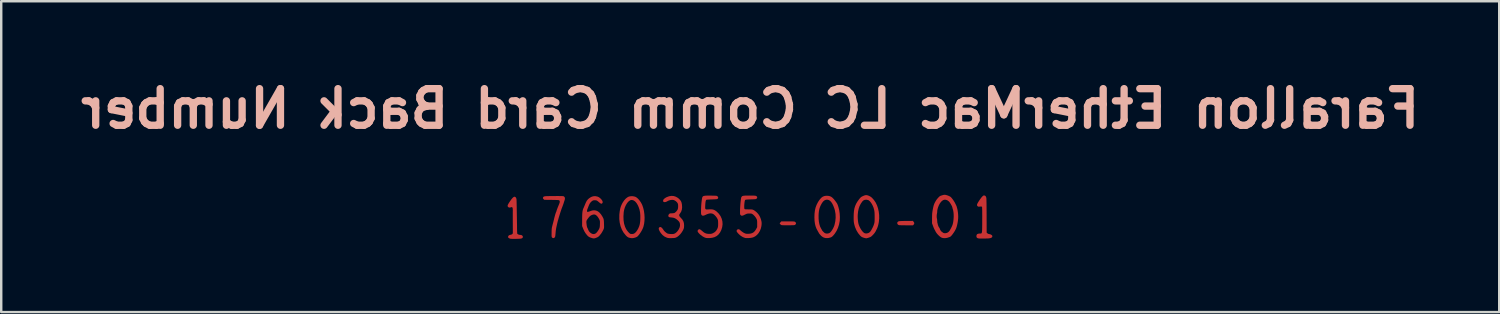
<source format=kicad_pcb>
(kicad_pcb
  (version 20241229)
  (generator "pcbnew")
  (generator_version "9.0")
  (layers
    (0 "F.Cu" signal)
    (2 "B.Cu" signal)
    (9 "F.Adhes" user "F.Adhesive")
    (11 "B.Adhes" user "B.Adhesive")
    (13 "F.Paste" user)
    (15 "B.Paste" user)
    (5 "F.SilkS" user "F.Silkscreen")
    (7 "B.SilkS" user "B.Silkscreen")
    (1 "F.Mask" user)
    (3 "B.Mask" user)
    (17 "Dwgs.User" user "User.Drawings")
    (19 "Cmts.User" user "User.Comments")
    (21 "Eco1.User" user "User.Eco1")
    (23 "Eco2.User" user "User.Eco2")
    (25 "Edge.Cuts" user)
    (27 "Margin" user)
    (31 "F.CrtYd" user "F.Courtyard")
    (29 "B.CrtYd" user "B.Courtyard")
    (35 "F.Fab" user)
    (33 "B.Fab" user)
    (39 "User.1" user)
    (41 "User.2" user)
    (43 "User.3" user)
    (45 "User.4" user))
  (footprint "Farallon EtherMac LC Comm Card Back Number"
    (layer "F.Cu")
    (at 27.693 5.804)
    (property "Reference" "Farallon EtherMac LC Comm Card Back Number" (at 0 -4.4 0) (layer "B.SilkS") (effects (font (size 1.5 1.5) (thickness 0.3)) (justify mirror)))
    (attr board_only exclude_from_pos_files exclude_from_bom)
    (fp_poly (pts (xy 6.695 0.235) (xy 6.719 0.272) (xy 6.722 0.306) (xy 6.705 0.34) (xy 6.696 0.35) (xy 6.668 0.381) (xy 6.398 0.379) (xy 6.321 0.378) (xy 6.251 0.377) (xy 6.19 0.376) (xy 6.142 0.375) (xy 6.11 0.373) (xy 6.101 0.373) (xy 6.063 0.357) (xy 6.037 0.33) (xy 6.024 0.296) (xy 6.029 0.262) (xy 6.046 0.237) (xy 6.058 0.227) (xy 6.073 0.219) (xy 6.093 0.213) (xy 6.12 0.208) (xy 6.158 0.205) (xy 6.21 0.203) (xy 6.277 0.201) (xy 6.363 0.2) (xy 6.402 0.2) (xy 6.665 0.198)) (stroke (width 0) (type solid)) (fill yes) (layer "F.Cu"))
    (fp_poly (pts (xy 1.628 0.218) (xy 1.693 0.219) (xy 1.742 0.22) (xy 1.777 0.222) (xy 1.802 0.224) (xy 1.819 0.229) (xy 1.832 0.234) (xy 1.843 0.242) (xy 1.843 0.242) (xy 1.871 0.272) (xy 1.877 0.305) (xy 1.861 0.338) (xy 1.852 0.347) (xy 1.842 0.356) (xy 1.832 0.363) (xy 1.818 0.368) (xy 1.798 0.371) (xy 1.768 0.374) (xy 1.725 0.375) (xy 1.667 0.376) (xy 1.59 0.377) (xy 1.569 0.377) (xy 1.495 0.377) (xy 1.427 0.377) (xy 1.369 0.376) (xy 1.324 0.375) (xy 1.297 0.374) (xy 1.291 0.373) (xy 1.267 0.363) (xy 1.241 0.343) (xy 1.219 0.322) (xy 1.209 0.304) (xy 1.209 0.303) (xy 1.216 0.288) (xy 1.233 0.265) (xy 1.242 0.255) (xy 1.274 0.218) (xy 1.543 0.218)) (stroke (width 0) (type solid)) (fill yes) (layer "F.Cu"))
    (fp_poly (pts (xy 9.629 -0.832) (xy 9.658 -0.799) (xy 9.675 -0.75) (xy 9.676 -0.741) (xy 9.678 -0.715) (xy 9.68 -0.673) (xy 9.681 -0.615) (xy 9.683 -0.539) (xy 9.684 -0.445) (xy 9.685 -0.332) (xy 9.686 -0.199) (xy 9.687 -0.046) (xy 9.687 0.128) (xy 9.688 0.247) (xy 9.689 0.679) (xy 9.722 0.709) (xy 9.756 0.73) (xy 9.789 0.738) (xy 9.83 0.745) (xy 9.87 0.762) (xy 9.903 0.785) (xy 9.921 0.811) (xy 9.922 0.815) (xy 9.919 0.851) (xy 9.896 0.88) (xy 9.851 0.901) (xy 9.786 0.914) (xy 9.717 0.918) (xy 9.606 0.921) (xy 9.517 0.922) (xy 9.447 0.922) (xy 9.395 0.92) (xy 9.362 0.917) (xy 9.313 0.904) (xy 9.283 0.88) (xy 9.27 0.842) (xy 9.269 0.824) (xy 9.276 0.776) (xy 9.299 0.743) (xy 9.338 0.724) (xy 9.395 0.717) (xy 9.404 0.716) (xy 9.427 0.717) (xy 9.446 0.717) (xy 9.461 0.714) (xy 9.474 0.708) (xy 9.484 0.695) (xy 9.491 0.675) (xy 9.497 0.645) (xy 9.501 0.604) (xy 9.504 0.549) (xy 9.505 0.48) (xy 9.506 0.393) (xy 9.507 0.289) (xy 9.507 0.163) (xy 9.507 0.153) (xy 9.508 0.011) (xy 9.507 -0.109) (xy 9.507 -0.206) (xy 9.505 -0.282) (xy 9.503 -0.336) (xy 9.501 -0.369) (xy 9.498 -0.38) (xy 9.475 -0.39) (xy 9.434 -0.391) (xy 9.388 -0.386) (xy 9.354 -0.385) (xy 9.33 -0.394) (xy 9.318 -0.405) (xy 9.3 -0.425) (xy 9.293 -0.448) (xy 9.296 -0.476) (xy 9.31 -0.512) (xy 9.336 -0.56) (xy 9.375 -0.621) (xy 9.43 -0.702) (xy 9.476 -0.763) (xy 9.515 -0.807) (xy 9.547 -0.834) (xy 9.575 -0.846) (xy 9.587 -0.846)) (stroke (width 0) (type solid)) (fill yes) (layer "F.Cu"))
    (fp_poly (pts (xy -9.62 -0.778) (xy -9.595 -0.746) (xy -9.579 -0.7) (xy -9.577 -0.678) (xy -9.576 -0.655) (xy -9.574 -0.612) (xy -9.573 -0.551) (xy -9.571 -0.477) (xy -9.569 -0.39) (xy -9.568 -0.294) (xy -9.566 -0.192) (xy -9.564 -0.085) (xy -9.562 0.023) (xy -9.56 0.13) (xy -9.559 0.233) (xy -9.557 0.329) (xy -9.556 0.416) (xy -9.556 0.492) (xy -9.555 0.504) (xy -9.554 0.57) (xy -9.553 0.63) (xy -9.55 0.678) (xy -9.547 0.711) (xy -9.544 0.726) (xy -9.523 0.744) (xy -9.488 0.76) (xy -9.447 0.77) (xy -9.419 0.772) (xy -9.374 0.78) (xy -9.342 0.799) (xy -9.322 0.826) (xy -9.316 0.856) (xy -9.325 0.885) (xy -9.349 0.909) (xy -9.389 0.922) (xy -9.426 0.926) (xy -9.478 0.93) (xy -9.54 0.932) (xy -9.607 0.934) (xy -9.673 0.934) (xy -9.734 0.934) (xy -9.785 0.932) (xy -9.82 0.93) (xy -9.828 0.928) (xy -9.865 0.916) (xy -9.897 0.898) (xy -9.904 0.892) (xy -9.921 0.871) (xy -9.923 0.85) (xy -9.918 0.832) (xy -9.899 0.8) (xy -9.865 0.779) (xy -9.817 0.766) (xy -9.768 0.752) (xy -9.739 0.729) (xy -9.728 0.695) (xy -9.728 0.691) (xy -9.728 0.671) (xy -9.728 0.632) (xy -9.728 0.576) (xy -9.728 0.507) (xy -9.729 0.429) (xy -9.729 0.344) (xy -9.729 0.313) (xy -9.73 0.221) (xy -9.73 0.128) (xy -9.73 0.04) (xy -9.73 -0.038) (xy -9.73 -0.104) (xy -9.73 -0.152) (xy -9.73 -0.157) (xy -9.729 -0.229) (xy -9.731 -0.282) (xy -9.734 -0.319) (xy -9.741 -0.343) (xy -9.751 -0.357) (xy -9.764 -0.364) (xy -9.768 -0.365) (xy -9.795 -0.366) (xy -9.809 -0.36) (xy -9.834 -0.349) (xy -9.868 -0.348) (xy -9.901 -0.358) (xy -9.918 -0.369) (xy -9.934 -0.389) (xy -9.941 -0.41) (xy -9.94 -0.436) (xy -9.928 -0.468) (xy -9.905 -0.511) (xy -9.87 -0.567) (xy -9.833 -0.622) (xy -9.78 -0.695) (xy -9.735 -0.747) (xy -9.696 -0.779) (xy -9.663 -0.793) (xy -9.652 -0.793)) (stroke (width 0) (type solid)) (fill yes) (layer "F.Cu"))
    (fp_poly (pts (xy -4.808 -0.813) (xy -4.732 -0.798) (xy -4.699 -0.786) (xy -4.647 -0.754) (xy -4.592 -0.705) (xy -4.538 -0.642) (xy -4.487 -0.57) (xy -4.444 -0.494) (xy -4.425 -0.453) (xy -4.385 -0.337) (xy -4.355 -0.211) (xy -4.337 -0.078) (xy -4.329 0.058) (xy -4.333 0.19) (xy -4.348 0.316) (xy -4.374 0.431) (xy -4.403 0.509) (xy -4.437 0.58) (xy -4.479 0.652) (xy -4.524 0.721) (xy -4.57 0.781) (xy -4.612 0.827) (xy -4.63 0.843) (xy -4.67 0.865) (xy -4.723 0.885) (xy -4.782 0.9) (xy -4.837 0.906) (xy -4.846 0.906) (xy -4.895 0.902) (xy -4.947 0.891) (xy -4.97 0.884) (xy -5.005 0.87) (xy -5.037 0.849) (xy -5.072 0.819) (xy -5.108 0.781) (xy -5.192 0.675) (xy -5.26 0.555) (xy -5.312 0.421) (xy -5.347 0.277) (xy -5.365 0.123) (xy -5.364 0.014) (xy -5.195 0.014) (xy -5.19 0.17) (xy -5.169 0.311) (xy -5.13 0.437) (xy -5.09 0.524) (xy -5.057 0.577) (xy -5.019 0.628) (xy -4.98 0.672) (xy -4.944 0.707) (xy -4.913 0.727) (xy -4.902 0.731) (xy -4.84 0.736) (xy -4.787 0.727) (xy -4.762 0.718) (xy -4.716 0.687) (xy -4.67 0.638) (xy -4.625 0.574) (xy -4.584 0.5) (xy -4.551 0.419) (xy -4.533 0.364) (xy -4.521 0.306) (xy -4.511 0.238) (xy -4.505 0.157) (xy -4.504 0.112) (xy -4.503 -0.028) (xy -4.514 -0.152) (xy -4.537 -0.264) (xy -4.572 -0.369) (xy -4.609 -0.45) (xy -4.659 -0.534) (xy -4.715 -0.597) (xy -4.774 -0.639) (xy -4.837 -0.658) (xy -4.864 -0.66) (xy -4.914 -0.649) (xy -4.964 -0.618) (xy -5.013 -0.571) (xy -5.059 -0.509) (xy -5.101 -0.436) (xy -5.137 -0.354) (xy -5.164 -0.265) (xy -5.182 -0.173) (xy -5.184 -0.157) (xy -5.195 0.014) (xy -5.364 0.014) (xy -5.364 -0.039) (xy -5.362 -0.073) (xy -5.348 -0.196) (xy -5.328 -0.303) (xy -5.3 -0.399) (xy -5.261 -0.488) (xy -5.221 -0.561) (xy -5.164 -0.644) (xy -5.102 -0.713) (xy -5.039 -0.764) (xy -4.977 -0.797) (xy -4.965 -0.801) (xy -4.889 -0.814)) (stroke (width 0) (type solid)) (fill yes) (layer "F.Cu"))
    (fp_poly (pts (xy 3.204 -0.828) (xy 3.265 -0.814) (xy 3.321 -0.788) (xy 3.374 -0.748) (xy 3.428 -0.692) (xy 3.487 -0.618) (xy 3.5 -0.599) (xy 3.531 -0.556) (xy 3.553 -0.524) (xy 3.569 -0.494) (xy 3.582 -0.463) (xy 3.597 -0.422) (xy 3.614 -0.369) (xy 3.646 -0.243) (xy 3.666 -0.106) (xy 3.674 0.035) (xy 3.67 0.172) (xy 3.666 0.207) (xy 3.64 0.346) (xy 3.597 0.481) (xy 3.539 0.607) (xy 3.467 0.72) (xy 3.419 0.779) (xy 3.383 0.818) (xy 3.354 0.844) (xy 3.326 0.862) (xy 3.293 0.876) (xy 3.275 0.883) (xy 3.183 0.903) (xy 3.096 0.903) (xy 3.016 0.882) (xy 3.014 0.881) (xy 2.971 0.858) (xy 2.93 0.829) (xy 2.913 0.815) (xy 2.883 0.783) (xy 2.853 0.749) (xy 2.828 0.719) (xy 2.813 0.698) (xy 2.81 0.69) (xy 2.804 0.678) (xy 2.79 0.652) (xy 2.77 0.618) (xy 2.767 0.613) (xy 2.716 0.518) (xy 2.678 0.419) (xy 2.652 0.313) (xy 2.636 0.195) (xy 2.631 0.061) (xy 2.631 0.043) (xy 2.633 -0.029) (xy 2.801 -0.029) (xy 2.802 0.103) (xy 2.813 0.225) (xy 2.834 0.335) (xy 2.864 0.431) (xy 2.903 0.509) (xy 2.907 0.515) (xy 2.923 0.541) (xy 2.932 0.56) (xy 2.933 0.564) (xy 2.941 0.581) (xy 2.961 0.608) (xy 2.99 0.639) (xy 3.021 0.669) (xy 3.051 0.693) (xy 3.066 0.702) (xy 3.117 0.717) (xy 3.175 0.716) (xy 3.232 0.701) (xy 3.248 0.693) (xy 3.284 0.666) (xy 3.323 0.621) (xy 3.362 0.564) (xy 3.399 0.499) (xy 3.43 0.431) (xy 3.453 0.368) (xy 3.486 0.217) (xy 3.501 0.066) (xy 3.496 -0.083) (xy 3.472 -0.225) (xy 3.452 -0.297) (xy 3.41 -0.411) (xy 3.366 -0.504) (xy 3.319 -0.575) (xy 3.27 -0.627) (xy 3.216 -0.658) (xy 3.158 -0.671) (xy 3.146 -0.672) (xy 3.089 -0.664) (xy 3.037 -0.639) (xy 2.988 -0.597) (xy 2.941 -0.534) (xy 2.895 -0.451) (xy 2.892 -0.446) (xy 2.859 -0.371) (xy 2.834 -0.295) (xy 2.817 -0.212) (xy 2.806 -0.118) (xy 2.801 -0.029) (xy 2.633 -0.029) (xy 2.636 -0.104) (xy 2.652 -0.235) (xy 2.68 -0.353) (xy 2.721 -0.463) (xy 2.776 -0.569) (xy 2.805 -0.616) (xy 2.862 -0.695) (xy 2.918 -0.754) (xy 2.975 -0.795) (xy 3.037 -0.82) (xy 3.105 -0.831) (xy 3.134 -0.832)) (stroke (width 0) (type solid)) (fill yes) (layer "F.Cu"))
    (fp_poly (pts (xy -7.787 -0.82) (xy -7.738 -0.819) (xy -7.701 -0.818) (xy -7.674 -0.816) (xy -7.656 -0.813) (xy -7.643 -0.809) (xy -7.633 -0.803) (xy -7.626 -0.799) (xy -7.6 -0.766) (xy -7.592 -0.721) (xy -7.601 -0.664) (xy -7.607 -0.648) (xy -7.622 -0.604) (xy -7.637 -0.557) (xy -7.639 -0.548) (xy -7.651 -0.51) (xy -7.668 -0.463) (xy -7.684 -0.419) (xy -7.701 -0.374) (xy -7.717 -0.332) (xy -7.729 -0.302) (xy -7.739 -0.273) (xy -7.754 -0.228) (xy -7.773 -0.171) (xy -7.793 -0.108) (xy -7.813 -0.044) (xy -7.831 0.016) (xy -7.847 0.068) (xy -7.857 0.105) (xy -7.859 0.112) (xy -7.868 0.146) (xy -7.876 0.173) (xy -7.879 0.179) (xy -7.885 0.2) (xy -7.894 0.238) (xy -7.906 0.288) (xy -7.919 0.344) (xy -7.932 0.402) (xy -7.944 0.457) (xy -7.953 0.504) (xy -7.961 0.551) (xy -7.969 0.611) (xy -7.975 0.676) (xy -7.979 0.719) (xy -7.984 0.777) (xy -7.989 0.818) (xy -7.995 0.845) (xy -8.003 0.864) (xy -8.015 0.878) (xy -8.015 0.879) (xy -8.048 0.902) (xy -8.082 0.903) (xy -8.114 0.884) (xy -8.124 0.874) (xy -8.131 0.863) (xy -8.136 0.847) (xy -8.139 0.823) (xy -8.14 0.787) (xy -8.14 0.736) (xy -8.139 0.672) (xy -8.138 0.597) (xy -8.135 0.539) (xy -8.13 0.491) (xy -8.121 0.445) (xy -8.109 0.396) (xy -8.108 0.392) (xy -8.092 0.331) (xy -8.077 0.274) (xy -8.064 0.226) (xy -8.056 0.192) (xy -8.054 0.185) (xy -8.029 0.081) (xy -8.006 -0.007) (xy -7.986 -0.077) (xy -7.969 -0.129) (xy -7.961 -0.151) (xy -7.947 -0.183) (xy -7.938 -0.208) (xy -7.937 -0.215) (xy -7.933 -0.23) (xy -7.922 -0.262) (xy -7.906 -0.305) (xy -7.886 -0.356) (xy -7.864 -0.41) (xy -7.842 -0.464) (xy -7.829 -0.494) (xy -7.808 -0.555) (xy -7.804 -0.602) (xy -7.816 -0.635) (xy -7.822 -0.641) (xy -7.831 -0.647) (xy -7.846 -0.651) (xy -7.869 -0.655) (xy -7.903 -0.657) (xy -7.951 -0.659) (xy -8.015 -0.661) (xy -8.097 -0.662) (xy -8.141 -0.663) (xy -8.44 -0.666) (xy -8.471 -0.697) (xy -8.49 -0.72) (xy -8.495 -0.739) (xy -8.49 -0.758) (xy -8.484 -0.773) (xy -8.475 -0.786) (xy -8.463 -0.796) (xy -8.443 -0.804) (xy -8.415 -0.81) (xy -8.376 -0.814) (xy -8.324 -0.817) (xy -8.257 -0.818) (xy -8.172 -0.819) (xy -8.068 -0.82) (xy -8.037 -0.82) (xy -7.935 -0.821) (xy -7.852 -0.821)) (stroke (width 0) (type solid)) (fill yes) (layer "F.Cu"))
    (fp_poly (pts (xy 4.785 -0.856) (xy 4.839 -0.84) (xy 4.88 -0.822) (xy 4.922 -0.8) (xy 4.961 -0.773) (xy 5 -0.737) (xy 5.044 -0.688) (xy 5.078 -0.647) (xy 5.142 -0.551) (xy 5.196 -0.439) (xy 5.238 -0.314) (xy 5.267 -0.181) (xy 5.283 -0.043) (xy 5.285 0.097) (xy 5.272 0.234) (xy 5.267 0.264) (xy 5.253 0.336) (xy 5.237 0.398) (xy 5.219 0.455) (xy 5.195 0.514) (xy 5.162 0.581) (xy 5.135 0.635) (xy 5.11 0.674) (xy 5.076 0.719) (xy 5.036 0.764) (xy 4.995 0.805) (xy 4.958 0.838) (xy 4.928 0.857) (xy 4.927 0.857) (xy 4.875 0.878) (xy 4.82 0.896) (xy 4.773 0.909) (xy 4.769 0.91) (xy 4.745 0.91) (xy 4.708 0.903) (xy 4.663 0.892) (xy 4.651 0.888) (xy 4.6 0.87) (xy 4.563 0.851) (xy 4.532 0.827) (xy 4.511 0.808) (xy 4.422 0.7) (xy 4.349 0.578) (xy 4.293 0.444) (xy 4.269 0.36) (xy 4.258 0.314) (xy 4.25 0.273) (xy 4.244 0.233) (xy 4.241 0.188) (xy 4.239 0.133) (xy 4.239 0.062) (xy 4.239 0.039) (xy 4.239 0.02) (xy 4.404 0.02) (xy 4.407 0.102) (xy 4.414 0.184) (xy 4.424 0.258) (xy 4.437 0.319) (xy 4.438 0.325) (xy 4.469 0.411) (xy 4.509 0.494) (xy 4.555 0.57) (xy 4.604 0.634) (xy 4.654 0.682) (xy 4.674 0.696) (xy 4.713 0.71) (xy 4.763 0.713) (xy 4.816 0.704) (xy 4.853 0.69) (xy 4.886 0.669) (xy 4.912 0.646) (xy 4.939 0.611) (xy 4.97 0.561) (xy 5.002 0.501) (xy 5.033 0.438) (xy 5.058 0.377) (xy 5.068 0.347) (xy 5.079 0.312) (xy 5.087 0.281) (xy 5.093 0.25) (xy 5.096 0.214) (xy 5.098 0.169) (xy 5.099 0.111) (xy 5.099 0.045) (xy 5.098 -0.04) (xy 5.096 -0.107) (xy 5.093 -0.162) (xy 5.087 -0.209) (xy 5.079 -0.252) (xy 5.078 -0.257) (xy 5.055 -0.339) (xy 5.023 -0.419) (xy 4.985 -0.493) (xy 4.943 -0.557) (xy 4.9 -0.609) (xy 4.856 -0.645) (xy 4.827 -0.658) (xy 4.754 -0.671) (xy 4.689 -0.664) (xy 4.634 -0.637) (xy 4.594 -0.598) (xy 4.529 -0.504) (xy 4.48 -0.406) (xy 4.444 -0.301) (xy 4.42 -0.185) (xy 4.406 -0.055) (xy 4.404 0.02) (xy 4.239 0.02) (xy 4.242 -0.095) (xy 4.252 -0.212) (xy 4.27 -0.316) (xy 4.299 -0.41) (xy 4.338 -0.5) (xy 4.39 -0.589) (xy 4.456 -0.681) (xy 4.481 -0.713) (xy 4.513 -0.75) (xy 4.543 -0.777) (xy 4.579 -0.8) (xy 4.627 -0.823) (xy 4.687 -0.847) (xy 4.737 -0.858)) (stroke (width 0) (type solid)) (fill yes) (layer "F.Cu"))
    (fp_poly (pts (xy -3.135 -0.821) (xy -3.046 -0.792) (xy -2.962 -0.743) (xy -2.925 -0.712) (xy -2.872 -0.658) (xy -2.836 -0.606) (xy -2.813 -0.548) (xy -2.799 -0.477) (xy -2.798 -0.469) (xy -2.791 -0.36) (xy -2.802 -0.264) (xy -2.83 -0.18) (xy -2.876 -0.107) (xy -2.883 -0.098) (xy -2.906 -0.064) (xy -2.912 -0.031) (xy -2.9 0.004) (xy -2.87 0.044) (xy -2.843 0.073) (xy -2.783 0.14) (xy -2.742 0.209) (xy -2.718 0.286) (xy -2.71 0.373) (xy -2.711 0.424) (xy -2.715 0.469) (xy -2.722 0.505) (xy -2.735 0.541) (xy -2.757 0.585) (xy -2.766 0.602) (xy -2.813 0.677) (xy -2.87 0.748) (xy -2.933 0.809) (xy -2.995 0.856) (xy -3.022 0.87) (xy -3.051 0.883) (xy -3.078 0.892) (xy -3.11 0.898) (xy -3.152 0.901) (xy -3.21 0.903) (xy -3.218 0.904) (xy -3.283 0.904) (xy -3.332 0.903) (xy -3.371 0.898) (xy -3.405 0.889) (xy -3.414 0.886) (xy -3.506 0.844) (xy -3.589 0.781) (xy -3.662 0.699) (xy -3.705 0.633) (xy -3.735 0.572) (xy -3.749 0.525) (xy -3.745 0.488) (xy -3.73 0.466) (xy -3.697 0.449) (xy -3.661 0.453) (xy -3.623 0.48) (xy -3.612 0.492) (xy -3.585 0.524) (xy -3.563 0.556) (xy -3.555 0.569) (xy -3.534 0.599) (xy -3.5 0.635) (xy -3.459 0.67) (xy -3.419 0.7) (xy -3.399 0.712) (xy -3.364 0.723) (xy -3.315 0.731) (xy -3.257 0.736) (xy -3.2 0.737) (xy -3.149 0.733) (xy -3.124 0.728) (xy -3.072 0.704) (xy -3.019 0.662) (xy -2.97 0.607) (xy -2.929 0.545) (xy -2.897 0.478) (xy -2.88 0.414) (xy -2.877 0.381) (xy -2.88 0.318) (xy -2.892 0.27) (xy -2.916 0.228) (xy -2.956 0.185) (xy -2.965 0.176) (xy -3.028 0.124) (xy -3.088 0.089) (xy -3.152 0.068) (xy -3.228 0.057) (xy -3.233 0.057) (xy -3.283 0.052) (xy -3.314 0.046) (xy -3.334 0.037) (xy -3.343 0.029) (xy -3.357 -0.008) (xy -3.35 -0.046) (xy -3.328 -0.079) (xy -3.31 -0.096) (xy -3.293 -0.106) (xy -3.269 -0.111) (xy -3.233 -0.113) (xy -3.213 -0.113) (xy -3.167 -0.116) (xy -3.127 -0.121) (xy -3.101 -0.129) (xy -3.101 -0.129) (xy -3.064 -0.156) (xy -3.024 -0.195) (xy -2.991 -0.239) (xy -2.972 -0.273) (xy -2.961 -0.314) (xy -2.955 -0.367) (xy -2.954 -0.423) (xy -2.958 -0.475) (xy -2.966 -0.509) (xy -2.996 -0.559) (xy -3.042 -0.605) (xy -3.097 -0.641) (xy -3.152 -0.661) (xy -3.197 -0.664) (xy -3.252 -0.659) (xy -3.308 -0.647) (xy -3.355 -0.63) (xy -3.367 -0.624) (xy -3.421 -0.594) (xy -3.465 -0.577) (xy -3.504 -0.571) (xy -3.508 -0.571) (xy -3.545 -0.577) (xy -3.565 -0.597) (xy -3.571 -0.634) (xy -3.56 -0.669) (xy -3.529 -0.706) (xy -3.479 -0.744) (xy -3.422 -0.776) (xy -3.324 -0.812) (xy -3.228 -0.827)) (stroke (width 0) (type solid)) (fill yes) (layer "F.Cu"))
    (fp_poly (pts (xy -1.624 -0.838) (xy -1.603 -0.838) (xy -1.525 -0.836) (xy -1.466 -0.835) (xy -1.422 -0.833) (xy -1.392 -0.831) (xy -1.372 -0.827) (xy -1.358 -0.821) (xy -1.347 -0.814) (xy -1.339 -0.807) (xy -1.315 -0.774) (xy -1.313 -0.741) (xy -1.332 -0.711) (xy -1.333 -0.71) (xy -1.344 -0.702) (xy -1.359 -0.696) (xy -1.381 -0.692) (xy -1.414 -0.689) (xy -1.461 -0.686) (xy -1.526 -0.684) (xy -1.566 -0.682) (xy -1.633 -0.68) (xy -1.693 -0.677) (xy -1.742 -0.674) (xy -1.777 -0.671) (xy -1.793 -0.668) (xy -1.808 -0.655) (xy -1.82 -0.631) (xy -1.829 -0.594) (xy -1.836 -0.54) (xy -1.842 -0.467) (xy -1.842 -0.455) (xy -1.846 -0.386) (xy -1.846 -0.336) (xy -1.841 -0.302) (xy -1.828 -0.282) (xy -1.805 -0.272) (xy -1.769 -0.27) (xy -1.719 -0.273) (xy -1.701 -0.274) (xy -1.618 -0.277) (xy -1.551 -0.272) (xy -1.494 -0.258) (xy -1.442 -0.233) (xy -1.388 -0.195) (xy -1.368 -0.178) (xy -1.282 -0.092) (xy -1.215 0.004) (xy -1.168 0.109) (xy -1.14 0.22) (xy -1.133 0.335) (xy -1.148 0.452) (xy -1.184 0.568) (xy -1.186 0.574) (xy -1.237 0.674) (xy -1.299 0.755) (xy -1.373 0.818) (xy -1.46 0.863) (xy -1.561 0.89) (xy -1.668 0.902) (xy -1.72 0.902) (xy -1.769 0.901) (xy -1.807 0.897) (xy -1.818 0.895) (xy -1.888 0.869) (xy -1.964 0.825) (xy -2.038 0.768) (xy -2.071 0.738) (xy -2.116 0.691) (xy -2.144 0.654) (xy -2.156 0.624) (xy -2.155 0.598) (xy -2.141 0.573) (xy -2.116 0.547) (xy -2.088 0.538) (xy -2.055 0.547) (xy -2.014 0.574) (xy -1.981 0.602) (xy -1.918 0.655) (xy -1.863 0.692) (xy -1.807 0.715) (xy -1.747 0.727) (xy -1.693 0.73) (xy -1.641 0.731) (xy -1.603 0.727) (xy -1.57 0.719) (xy -1.534 0.705) (xy -1.527 0.701) (xy -1.454 0.659) (xy -1.398 0.604) (xy -1.354 0.533) (xy -1.346 0.515) (xy -1.333 0.481) (xy -1.324 0.451) (xy -1.319 0.419) (xy -1.316 0.379) (xy -1.315 0.324) (xy -1.315 0.308) (xy -1.316 0.249) (xy -1.318 0.206) (xy -1.322 0.174) (xy -1.329 0.147) (xy -1.341 0.119) (xy -1.344 0.112) (xy -1.377 0.056) (xy -1.419 0.002) (xy -1.465 -0.046) (xy -1.512 -0.082) (xy -1.54 -0.096) (xy -1.609 -0.111) (xy -1.685 -0.104) (xy -1.769 -0.077) (xy -1.816 -0.055) (xy -1.876 -0.028) (xy -1.921 -0.015) (xy -1.956 -0.016) (xy -1.983 -0.032) (xy -1.995 -0.046) (xy -2.004 -0.061) (xy -2.01 -0.079) (xy -2.014 -0.106) (xy -2.016 -0.145) (xy -2.016 -0.201) (xy -2.016 -0.219) (xy -2.014 -0.302) (xy -2.01 -0.388) (xy -2.005 -0.474) (xy -1.997 -0.557) (xy -1.988 -0.632) (xy -1.979 -0.697) (xy -1.969 -0.748) (xy -1.959 -0.781) (xy -1.955 -0.788) (xy -1.94 -0.805) (xy -1.919 -0.818) (xy -1.889 -0.827) (xy -1.846 -0.834) (xy -1.79 -0.837) (xy -1.716 -0.839)) (stroke (width 0) (type solid)) (fill yes) (layer "F.Cu"))
    (fp_poly (pts (xy 0.05 -0.839) (xy 0.113 -0.839) (xy 0.16 -0.837) (xy 0.194 -0.835) (xy 0.218 -0.831) (xy 0.236 -0.826) (xy 0.248 -0.82) (xy 0.279 -0.793) (xy 0.288 -0.763) (xy 0.275 -0.731) (xy 0.265 -0.719) (xy 0.254 -0.709) (xy 0.243 -0.701) (xy 0.228 -0.696) (xy 0.205 -0.692) (xy 0.172 -0.689) (xy 0.125 -0.687) (xy 0.06 -0.685) (xy 0.023 -0.683) (xy -0.053 -0.681) (xy -0.11 -0.678) (xy -0.151 -0.675) (xy -0.179 -0.671) (xy -0.196 -0.666) (xy -0.207 -0.66) (xy -0.208 -0.658) (xy -0.218 -0.638) (xy -0.227 -0.6) (xy -0.235 -0.55) (xy -0.241 -0.493) (xy -0.245 -0.434) (xy -0.246 -0.379) (xy -0.244 -0.333) (xy -0.239 -0.3) (xy -0.235 -0.291) (xy -0.227 -0.284) (xy -0.21 -0.279) (xy -0.18 -0.276) (xy -0.135 -0.275) (xy -0.071 -0.274) (xy -0.07 -0.274) (xy -0.007 -0.274) (xy 0.039 -0.272) (xy 0.072 -0.269) (xy 0.098 -0.264) (xy 0.121 -0.255) (xy 0.139 -0.247) (xy 0.191 -0.214) (xy 0.248 -0.168) (xy 0.303 -0.113) (xy 0.349 -0.057) (xy 0.368 -0.028) (xy 0.405 0.043) (xy 0.436 0.125) (xy 0.458 0.206) (xy 0.466 0.251) (xy 0.468 0.292) (xy 0.466 0.345) (xy 0.46 0.398) (xy 0.46 0.405) (xy 0.435 0.512) (xy 0.395 0.611) (xy 0.342 0.699) (xy 0.277 0.773) (xy 0.203 0.832) (xy 0.121 0.872) (xy 0.112 0.875) (xy 0.059 0.887) (xy -0.005 0.897) (xy -0.073 0.902) (xy -0.138 0.903) (xy -0.192 0.9) (xy -0.215 0.895) (xy -0.3 0.863) (xy -0.385 0.811) (xy -0.466 0.741) (xy -0.47 0.737) (xy -0.505 0.699) (xy -0.533 0.665) (xy -0.551 0.638) (xy -0.556 0.628) (xy -0.556 0.59) (xy -0.537 0.559) (xy -0.504 0.542) (xy -0.492 0.54) (xy -0.47 0.54) (xy -0.45 0.547) (xy -0.425 0.564) (xy -0.391 0.594) (xy -0.386 0.598) (xy -0.343 0.634) (xy -0.294 0.668) (xy -0.251 0.694) (xy -0.25 0.694) (xy -0.209 0.712) (xy -0.173 0.723) (xy -0.131 0.727) (xy -0.095 0.728) (xy -0.002 0.721) (xy 0.075 0.701) (xy 0.138 0.665) (xy 0.192 0.611) (xy 0.239 0.539) (xy 0.242 0.535) (xy 0.285 0.453) (xy 0.285 0.313) (xy 0.285 0.252) (xy 0.283 0.208) (xy 0.279 0.175) (xy 0.272 0.148) (xy 0.261 0.122) (xy 0.26 0.119) (xy 0.226 0.06) (xy 0.181 0.001) (xy 0.131 -0.05) (xy 0.096 -0.077) (xy 0.07 -0.092) (xy 0.044 -0.101) (xy 0.013 -0.105) (xy -0.033 -0.105) (xy -0.039 -0.105) (xy -0.085 -0.104) (xy -0.12 -0.099) (xy -0.152 -0.09) (xy -0.191 -0.072) (xy -0.22 -0.058) (xy -0.275 -0.031) (xy -0.316 -0.017) (xy -0.347 -0.014) (xy -0.371 -0.022) (xy -0.393 -0.04) (xy -0.404 -0.054) (xy -0.412 -0.068) (xy -0.416 -0.088) (xy -0.418 -0.117) (xy -0.418 -0.161) (xy -0.418 -0.205) (xy -0.416 -0.283) (xy -0.412 -0.365) (xy -0.406 -0.448) (xy -0.4 -0.529) (xy -0.392 -0.605) (xy -0.384 -0.67) (xy -0.376 -0.723) (xy -0.369 -0.759) (xy -0.364 -0.772) (xy -0.352 -0.792) (xy -0.338 -0.808) (xy -0.319 -0.82) (xy -0.292 -0.829) (xy -0.254 -0.834) (xy -0.203 -0.838) (xy -0.136 -0.839) (xy -0.05 -0.84) (xy -0.033 -0.84)) (stroke (width 0) (type solid)) (fill yes) (layer "F.Cu"))
    (fp_poly (pts (xy -6.27 -0.801) (xy -6.262 -0.799) (xy -6.201 -0.772) (xy -6.148 -0.733) (xy -6.096 -0.678) (xy -6.089 -0.67) (xy -6.057 -0.62) (xy -6.045 -0.576) (xy -6.052 -0.54) (xy -6.065 -0.522) (xy -6.084 -0.509) (xy -6.104 -0.506) (xy -6.128 -0.515) (xy -6.16 -0.537) (xy -6.203 -0.573) (xy -6.243 -0.606) (xy -6.272 -0.627) (xy -6.296 -0.639) (xy -6.322 -0.645) (xy -6.343 -0.647) (xy -6.397 -0.649) (xy -6.438 -0.641) (xy -6.475 -0.621) (xy -6.511 -0.591) (xy -6.545 -0.556) (xy -6.573 -0.517) (xy -6.598 -0.47) (xy -6.624 -0.408) (xy -6.634 -0.381) (xy -6.649 -0.341) (xy -6.663 -0.306) (xy -6.671 -0.285) (xy -6.68 -0.259) (xy -6.686 -0.225) (xy -6.687 -0.221) (xy -6.689 -0.193) (xy -6.683 -0.179) (xy -6.668 -0.173) (xy -6.643 -0.174) (xy -6.604 -0.184) (xy -6.555 -0.201) (xy -6.554 -0.202) (xy -6.482 -0.226) (xy -6.42 -0.236) (xy -6.359 -0.233) (xy -6.3 -0.219) (xy -6.237 -0.19) (xy -6.175 -0.139) (xy -6.114 -0.069) (xy -6.058 0.019) (xy -6.021 0.09) (xy -6.012 0.113) (xy -6.005 0.139) (xy -6 0.172) (xy -5.996 0.216) (xy -5.993 0.277) (xy -5.992 0.314) (xy -5.99 0.381) (xy -5.989 0.43) (xy -5.99 0.466) (xy -5.994 0.493) (xy -6 0.517) (xy -6.009 0.54) (xy -6.012 0.549) (xy -6.028 0.582) (xy -6.05 0.622) (xy -6.075 0.665) (xy -6.1 0.705) (xy -6.121 0.735) (xy -6.134 0.75) (xy -6.145 0.762) (xy -6.163 0.785) (xy -6.173 0.798) (xy -6.209 0.835) (xy -6.256 0.866) (xy -6.32 0.894) (xy -6.338 0.901) (xy -6.377 0.912) (xy -6.413 0.916) (xy -6.451 0.911) (xy -6.499 0.897) (xy -6.516 0.892) (xy -6.571 0.872) (xy -6.613 0.85) (xy -6.648 0.823) (xy -6.685 0.785) (xy -6.697 0.77) (xy -6.749 0.703) (xy -6.793 0.631) (xy -6.834 0.546) (xy -6.851 0.504) (xy -6.889 0.409) (xy -6.888 0.234) (xy -6.715 0.234) (xy -6.713 0.277) (xy -6.707 0.33) (xy -6.701 0.382) (xy -6.692 0.427) (xy -6.684 0.46) (xy -6.678 0.473) (xy -6.665 0.497) (xy -6.65 0.534) (xy -6.639 0.56) (xy -6.619 0.602) (xy -6.594 0.64) (xy -6.58 0.657) (xy -6.521 0.705) (xy -6.466 0.731) (xy -6.413 0.738) (xy -6.357 0.725) (xy -6.354 0.723) (xy -6.32 0.701) (xy -6.282 0.663) (xy -6.244 0.613) (xy -6.209 0.558) (xy -6.193 0.528) (xy -6.18 0.497) (xy -6.171 0.468) (xy -6.165 0.434) (xy -6.161 0.389) (xy -6.159 0.332) (xy -6.158 0.275) (xy -6.158 0.234) (xy -6.161 0.205) (xy -6.167 0.18) (xy -6.178 0.154) (xy -6.189 0.13) (xy -6.214 0.085) (xy -6.243 0.041) (xy -6.264 0.014) (xy -6.311 -0.033) (xy -6.358 -0.06) (xy -6.408 -0.066) (xy -6.465 -0.053) (xy -6.489 -0.044) (xy -6.529 -0.025) (xy -6.562 -0.002) (xy -6.594 0.029) (xy -6.63 0.073) (xy -6.643 0.09) (xy -6.676 0.135) (xy -6.698 0.169) (xy -6.71 0.2) (xy -6.715 0.234) (xy -6.888 0.234) (xy -6.888 0.14) (xy -6.887 0.042) (xy -6.885 -0.037) (xy -6.882 -0.1) (xy -6.878 -0.15) (xy -6.873 -0.191) (xy -6.869 -0.212) (xy -6.859 -0.254) (xy -6.849 -0.287) (xy -6.842 -0.306) (xy -6.841 -0.307) (xy -6.834 -0.322) (xy -6.82 -0.352) (xy -6.802 -0.396) (xy -6.781 -0.446) (xy -6.778 -0.453) (xy -6.747 -0.528) (xy -6.72 -0.586) (xy -6.694 -0.631) (xy -6.666 -0.668) (xy -6.633 -0.701) (xy -6.599 -0.73) (xy -6.521 -0.781) (xy -6.439 -0.81) (xy -6.355 -0.817)) (stroke (width 0) (type solid)) (fill yes) (layer "F.Cu"))
    (fp_poly (pts (xy 7.992 -0.87) (xy 8.039 -0.86) (xy 8.093 -0.843) (xy 8.147 -0.821) (xy 8.192 -0.798) (xy 8.217 -0.78) (xy 8.25 -0.746) (xy 8.288 -0.698) (xy 8.328 -0.643) (xy 8.363 -0.588) (xy 8.391 -0.54) (xy 8.397 -0.526) (xy 8.41 -0.498) (xy 8.419 -0.481) (xy 8.432 -0.456) (xy 8.436 -0.448) (xy 8.446 -0.424) (xy 8.453 -0.409) (xy 8.463 -0.379) (xy 8.467 -0.364) (xy 8.473 -0.336) (xy 8.477 -0.325) (xy 8.489 -0.282) (xy 8.5 -0.224) (xy 8.51 -0.155) (xy 8.518 -0.081) (xy 8.522 -0.01) (xy 8.523 0.028) (xy 8.52 0.107) (xy 8.511 0.195) (xy 8.496 0.286) (xy 8.477 0.375) (xy 8.455 0.454) (xy 8.432 0.518) (xy 8.429 0.524) (xy 8.395 0.59) (xy 8.356 0.655) (xy 8.314 0.716) (xy 8.273 0.771) (xy 8.235 0.815) (xy 8.2 0.846) (xy 8.173 0.861) (xy 8.167 0.862) (xy 8.143 0.865) (xy 8.134 0.87) (xy 8.114 0.88) (xy 8.078 0.89) (xy 8.034 0.899) (xy 7.989 0.904) (xy 7.959 0.905) (xy 7.913 0.902) (xy 7.865 0.892) (xy 7.847 0.886) (xy 7.807 0.865) (xy 7.76 0.829) (xy 7.711 0.783) (xy 7.664 0.733) (xy 7.625 0.682) (xy 7.597 0.637) (xy 7.592 0.627) (xy 7.576 0.592) (xy 7.558 0.561) (xy 7.557 0.56) (xy 7.545 0.538) (xy 7.528 0.501) (xy 7.509 0.454) (xy 7.494 0.414) (xy 7.45 0.297) (xy 7.451 0.09) (xy 7.452 0.016) (xy 7.641 0.016) (xy 7.644 0.071) (xy 7.653 0.112) (xy 7.657 0.131) (xy 7.66 0.165) (xy 7.663 0.207) (xy 7.663 0.21) (xy 7.666 0.253) (xy 7.671 0.287) (xy 7.678 0.306) (xy 7.678 0.307) (xy 7.686 0.322) (xy 7.685 0.327) (xy 7.684 0.34) (xy 7.692 0.364) (xy 7.692 0.365) (xy 7.702 0.392) (xy 7.708 0.411) (xy 7.715 0.427) (xy 7.731 0.454) (xy 7.743 0.472) (xy 7.761 0.502) (xy 7.773 0.524) (xy 7.775 0.532) (xy 7.78 0.551) (xy 7.794 0.578) (xy 7.813 0.606) (xy 7.83 0.629) (xy 7.843 0.638) (xy 7.843 0.638) (xy 7.861 0.646) (xy 7.866 0.652) (xy 7.898 0.682) (xy 7.942 0.7) (xy 7.994 0.703) (xy 8.048 0.694) (xy 8.1 0.67) (xy 8.107 0.665) (xy 8.14 0.637) (xy 8.168 0.605) (xy 8.175 0.593) (xy 8.219 0.514) (xy 8.253 0.448) (xy 8.278 0.392) (xy 8.297 0.339) (xy 8.31 0.286) (xy 8.321 0.227) (xy 8.329 0.157) (xy 8.332 0.124) (xy 8.338 0.031) (xy 8.337 -0.063) (xy 8.33 -0.152) (xy 8.317 -0.229) (xy 8.303 -0.28) (xy 8.291 -0.314) (xy 8.285 -0.342) (xy 8.284 -0.35) (xy 8.278 -0.375) (xy 8.261 -0.413) (xy 8.238 -0.458) (xy 8.21 -0.505) (xy 8.182 -0.549) (xy 8.155 -0.585) (xy 8.145 -0.596) (xy 8.088 -0.641) (xy 8.024 -0.666) (xy 7.976 -0.672) (xy 7.923 -0.661) (xy 7.87 -0.63) (xy 7.819 -0.582) (xy 7.772 -0.518) (xy 7.73 -0.441) (xy 7.696 -0.353) (xy 7.678 -0.292) (xy 7.669 -0.249) (xy 7.663 -0.213) (xy 7.663 -0.191) (xy 7.663 -0.189) (xy 7.663 -0.17) (xy 7.659 -0.136) (xy 7.652 -0.099) (xy 7.643 -0.043) (xy 7.641 0.016) (xy 7.452 0.016) (xy 7.452 0.006) (xy 7.454 -0.061) (xy 7.458 -0.119) (xy 7.465 -0.174) (xy 7.474 -0.232) (xy 7.481 -0.269) (xy 7.497 -0.349) (xy 7.512 -0.413) (xy 7.528 -0.465) (xy 7.546 -0.513) (xy 7.57 -0.561) (xy 7.6 -0.615) (xy 7.614 -0.638) (xy 7.64 -0.676) (xy 7.673 -0.718) (xy 7.709 -0.758) (xy 7.744 -0.793) (xy 7.774 -0.817) (xy 7.788 -0.825) (xy 7.851 -0.847) (xy 7.897 -0.861) (xy 7.933 -0.869) (xy 7.963 -0.872)) (stroke (width 0) (type solid)) (fill yes) (layer "F.Cu")))
  (gr_rect
    (start -3 -3)
    (end 58.386 9.738)
    (stroke (width 0.1) (type default))
    (fill no)
    (layer "Edge.Cuts")))
</source>
